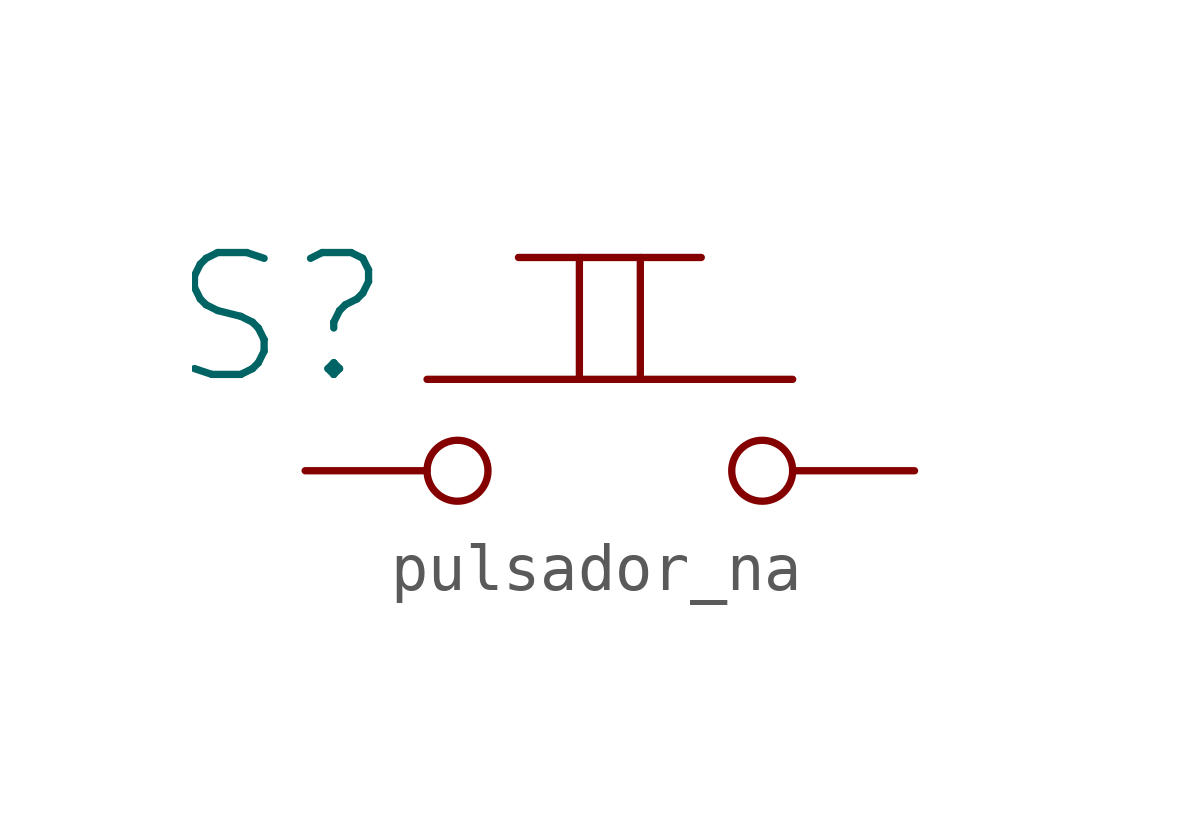
<source format=kicad_sym>
(kicad_symbol_lib
  (version 20231120)
  (generator "kicad_symbol_editor")
  (generator_version "8.0")
  (symbol "pulsador_na"
    (pin_names
      (offset 1.016))
    (property "Reference" "S"
      (at 1.905 3.175 0)
      (effects (font (size 2.54 2.54)) (justify right)))
    (symbol "pulsador_na_0_0"
      (polyline (pts (xy 2.54 1.905) (xy 10.16 1.905)) (stroke (width 0) (type default)) (fill (type none)))
      (polyline (pts (xy 4.445 4.445) (xy 8.255 4.445)) (stroke (width 0) (type default)) (fill (type none)))
      (polyline (pts (xy 5.715 1.905) (xy 5.715 4.445)) (stroke (width 0) (type default)) (fill (type none)))
      (polyline (pts (xy 6.985 4.445) (xy 6.985 1.905)) (stroke (width 0) (type default)) (fill (type none)))
      (circle (center 3.175 0) (radius 0.635) (stroke (width 0) (type default)) (fill (type none)))
      (circle (center 9.525 0) (radius 0.635) (stroke (width 0) (type default)) (fill (type none))))
    (symbol "pulsador_na_1_1"
      (pin input line (at 0 0 0) (length 2.54) (name "" (effects (font (size 1.27 1.27)))) (number "" (effects (font (size 1.143 1.143)))))
      (pin input line (at 12.7 0 180) (length 2.54) (name "" (effects (font (size 1.27 1.27)))) (number "" (effects (font (size 1.143 1.143))))))))
</source>
